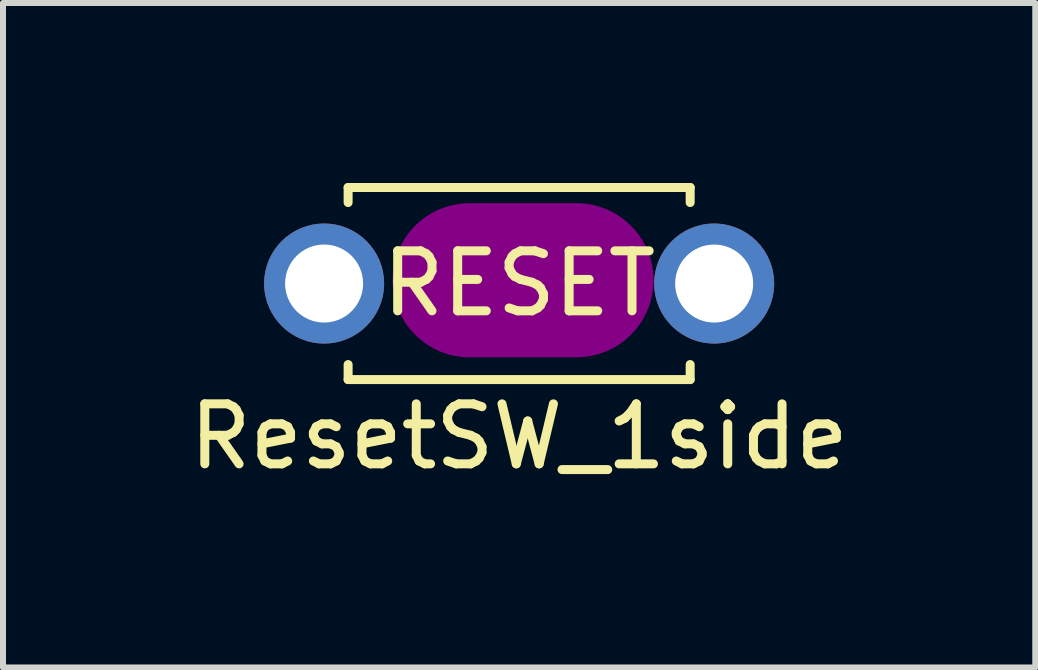
<source format=kicad_pcb>
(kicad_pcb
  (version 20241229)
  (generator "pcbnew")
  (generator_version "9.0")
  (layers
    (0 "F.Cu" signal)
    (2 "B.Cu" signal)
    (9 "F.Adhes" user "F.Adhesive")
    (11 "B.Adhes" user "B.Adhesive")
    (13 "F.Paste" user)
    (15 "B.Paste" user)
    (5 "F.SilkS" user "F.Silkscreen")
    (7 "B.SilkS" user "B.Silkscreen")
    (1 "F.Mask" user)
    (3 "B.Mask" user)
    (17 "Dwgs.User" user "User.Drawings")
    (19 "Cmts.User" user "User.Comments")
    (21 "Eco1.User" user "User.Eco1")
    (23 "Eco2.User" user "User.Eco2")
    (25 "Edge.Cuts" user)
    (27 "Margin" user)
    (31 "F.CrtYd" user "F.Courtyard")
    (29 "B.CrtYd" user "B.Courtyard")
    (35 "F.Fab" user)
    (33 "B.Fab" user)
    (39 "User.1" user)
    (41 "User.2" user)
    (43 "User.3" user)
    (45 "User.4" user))
  (footprint "ResetSW_1side"
    (layer "F.Cu")
    (at 5.601 1.675)
    (property "Reference" "ResetSW_1side" (at 0 2.55 0) (layer "F.SilkS") (effects (font (size 1 1) (thickness 0.15))))
    (attr through_hole)
    (fp_line (start -2.85 -1.6) (end -2.85 -1.35) (stroke (width 0.15) (type solid)) (layer "F.SilkS"))
    (fp_line (start -2.85 -1.6) (end 2.85 -1.6) (stroke (width 0.15) (type solid)) (layer "F.SilkS"))
    (fp_line (start -2.85 1.6) (end -2.85 1.35) (stroke (width 0.15) (type solid)) (layer "F.SilkS"))
    (fp_line (start -2.85 1.6) (end 2.85 1.6) (stroke (width 0.15) (type solid)) (layer "F.SilkS"))
    (fp_line (start 2.85 -1.6) (end 2.85 -1.35) (stroke (width 0.15) (type solid)) (layer "F.SilkS"))
    (fp_line (start 2.85 1.6) (end 2.85 1.35) (stroke (width 0.15) (type solid)) (layer "F.SilkS"))
    (fp_text user "RESET" (at 0 0 0) (layer "F.SilkS") (effects (font (size 1 1) (thickness 0.15))))
    (pad "" smd circle (at -3.25 0) (size 2.2 2.2) (layers "B.Adhes"))
    (pad "" smd oval (at 0.065 -0.055) (size 4.35 2.57) (layers "F.Adhes"))
    (pad "" smd circle (at 3.25 0) (size 2.2 2.2) (layers "B.Adhes"))
    (pad "1" thru_hole circle (at 3.25 0) (size 2 2) (drill 1.3) (layers "*.Cu" "B.Mask"))
    (pad "2" thru_hole circle (at -3.25 0) (size 2 2) (drill 1.3) (layers "*.Cu" "B.Mask")))
  (gr_rect
    (start -3 -3)
    (end 14.202 8.073)
    (stroke (width 0.1) (type default))
    (fill no)
    (layer "Edge.Cuts")))
</source>
